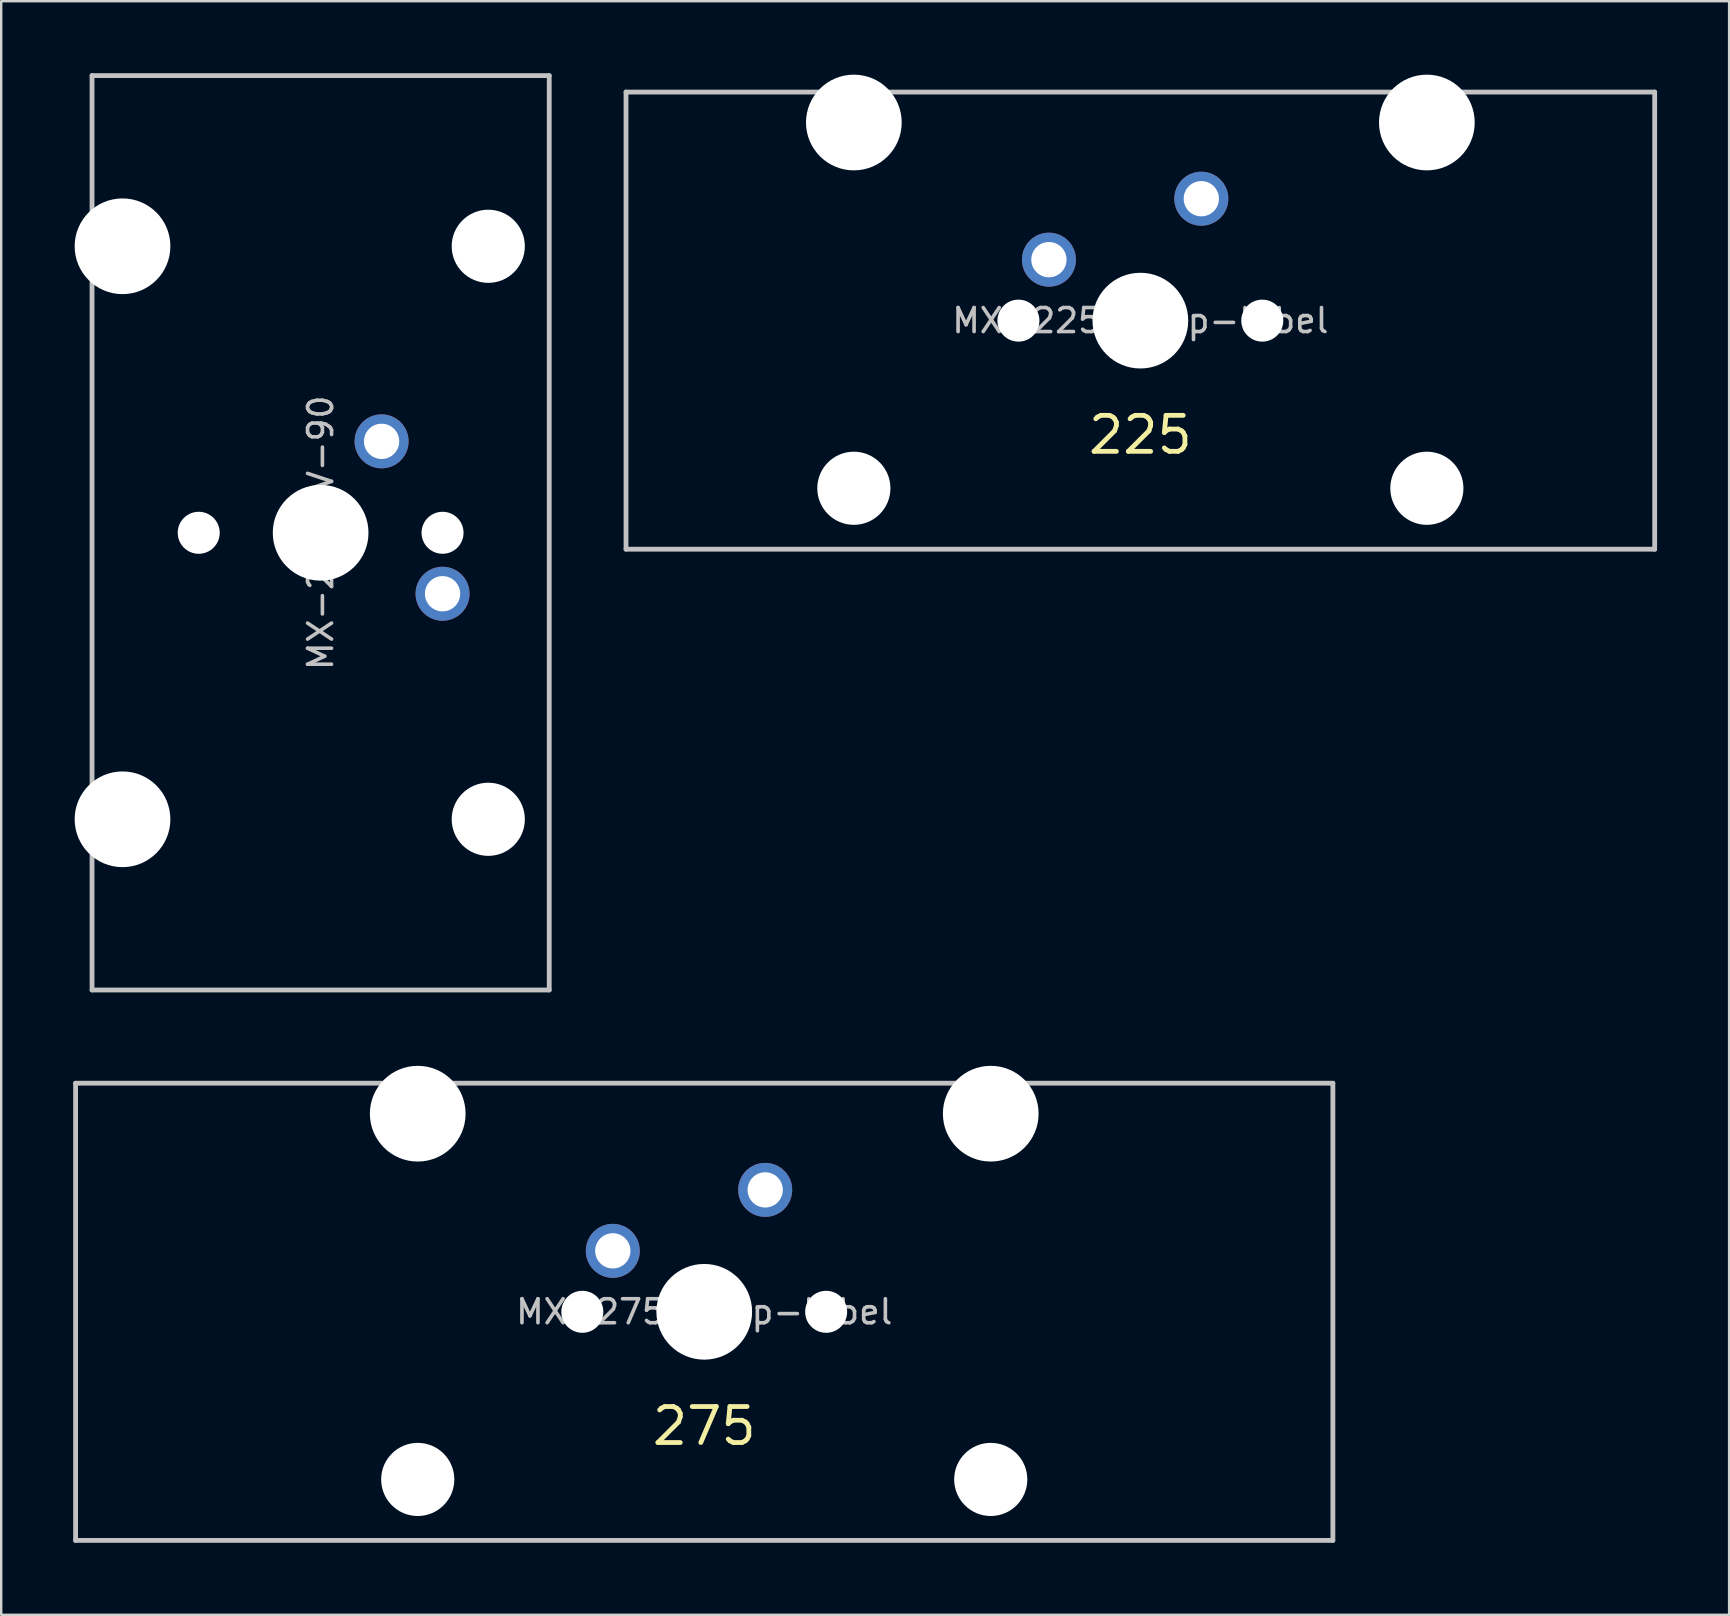
<source format=kicad_pcb>
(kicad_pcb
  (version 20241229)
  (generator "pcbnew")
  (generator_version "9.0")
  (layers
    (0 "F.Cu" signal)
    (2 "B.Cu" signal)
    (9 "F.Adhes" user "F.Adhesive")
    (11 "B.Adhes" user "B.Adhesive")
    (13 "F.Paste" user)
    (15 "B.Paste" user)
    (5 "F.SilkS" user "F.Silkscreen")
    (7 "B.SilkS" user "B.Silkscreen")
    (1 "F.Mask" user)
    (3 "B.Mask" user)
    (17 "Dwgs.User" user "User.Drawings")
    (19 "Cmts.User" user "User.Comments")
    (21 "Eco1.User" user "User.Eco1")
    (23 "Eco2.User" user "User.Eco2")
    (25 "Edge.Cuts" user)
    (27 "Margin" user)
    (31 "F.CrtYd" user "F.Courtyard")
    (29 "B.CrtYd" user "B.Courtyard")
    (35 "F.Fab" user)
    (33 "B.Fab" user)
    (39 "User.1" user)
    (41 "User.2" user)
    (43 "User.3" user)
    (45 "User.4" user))
  (footprint "MX-275-sflip-label"
    (layer "F.Cu")
    (at 26.294 51.61)
    (property "Reference" "MX-275-sflip-label" (at 0 0 0) (layer "Dwgs.User") (effects (font (size 1 1) (thickness 0.15))))
    (attr through_hole)
    (fp_line (start -26.194 -9.525) (end 26.194 -9.525) (stroke (width 0.2) (type solid)) (layer "Dwgs.User"))
    (fp_line (start -26.194 9.525) (end -26.194 -9.525) (stroke (width 0.2) (type solid)) (layer "Dwgs.User"))
    (fp_line (start -26.194 9.525) (end 26.194 9.525) (stroke (width 0.2) (type solid)) (layer "Dwgs.User"))
    (fp_line (start 26.194 -9.525) (end 26.194 9.525) (stroke (width 0.2) (type solid)) (layer "Dwgs.User"))
    (fp_line (start -15.368 -10.25) (end -15.368 8.95) (stroke (width 0.12) (type solid)) (layer "Eco1.User"))
    (fp_line (start -15.368 8.95) (end -8.508 8.95) (stroke (width 0.12) (type solid)) (layer "Eco1.User"))
    (fp_line (start -8.508 -7) (end -7 -7) (stroke (width 0.12) (type solid)) (layer "Eco1.User"))
    (fp_line (start -8.508 8.95) (end -8.508 -7) (stroke (width 0.12) (type solid)) (layer "Eco1.User"))
    (fp_line (start -7 7) (end -7 -7) (stroke (width 0.12) (type solid)) (layer "Eco1.User"))
    (fp_line (start 7 -7) (end 8.508 -7) (stroke (width 0.12) (type solid)) (layer "Eco1.User"))
    (fp_line (start 7 7) (end -7 7) (stroke (width 0.12) (type solid)) (layer "Eco1.User"))
    (fp_line (start 7 7) (end 7 -7) (stroke (width 0.12) (type solid)) (layer "Eco1.User"))
    (fp_line (start 8.508 -7) (end 8.508 8.95) (stroke (width 0.12) (type solid)) (layer "Eco1.User"))
    (fp_line (start 8.508 8.95) (end 15.368 8.95) (stroke (width 0.12) (type solid)) (layer "Eco1.User"))
    (fp_line (start 15.368 -10.25) (end -15.368 -10.25) (stroke (width 0.12) (type solid)) (layer "Eco1.User"))
    (fp_line (start 15.368 8.95) (end 15.368 -10.25) (stroke (width 0.12) (type solid)) (layer "Eco1.User"))
    (fp_circle (center -11.938 6.985) (end -14.438 6.985) (stroke (width 0.12) (type solid)) (fill no) (layer "Eco2.User"))
    (fp_circle (center 11.938 6.985) (end 9.438 6.985) (stroke (width 0.12) (type solid)) (fill no) (layer "Eco2.User"))
    (fp_text user "275" (at 0 4.763 0) (layer "F.SilkS") (effects (font (size 1.5 1.5) (thickness 0.2))))
    (pad "" np_thru_hole circle (at -11.938 -8.255 180) (size 3.988 3.988) (drill 3.988) (layers "*.Cu" "*.Mask"))
    (pad "" np_thru_hole circle (at -11.938 6.985 180) (size 3.048 3.048) (drill 3.048) (layers "*.Cu" "*.Mask"))
    (pad "" np_thru_hole circle (at -5.08 0) (size 1.75 1.75) (drill 1.75) (layers "*.Cu" "*.Mask"))
    (pad "" np_thru_hole circle (at 0 0) (size 3.988 3.988) (drill 3.988) (layers "*.Cu" "*.Mask"))
    (pad "" np_thru_hole circle (at 5.08 0) (size 1.75 1.75) (drill 1.75) (layers "*.Cu" "*.Mask"))
    (pad "" np_thru_hole circle (at 11.938 -8.255 180) (size 3.988 3.988) (drill 3.988) (layers "*.Cu" "*.Mask"))
    (pad "" np_thru_hole circle (at 11.938 6.985 180) (size 3.048 3.048) (drill 3.048) (layers "*.Cu" "*.Mask"))
    (pad "1" thru_hole circle (at 2.54 -5.08) (size 2.25 2.25) (drill 1.47) (layers "*.Cu" "B.Mask"))
    (pad "2" thru_hole circle (at -3.81 -2.54) (size 2.25 2.25) (drill 1.47) (layers "*.Cu" "B.Mask")))
  (footprint "MX-225-sflip-label"
    (layer "F.Cu")
    (at 44.466 10.31)
    (property "Reference" "MX-225-sflip-label" (at 0 0 0) (layer "Dwgs.User") (effects (font (size 1 1) (thickness 0.15))))
    (attr through_hole)
    (fp_line (start -21.431 -9.525) (end 21.431 -9.525) (stroke (width 0.2) (type solid)) (layer "Dwgs.User"))
    (fp_line (start -21.431 9.525) (end -21.431 -9.525) (stroke (width 0.2) (type solid)) (layer "Dwgs.User"))
    (fp_line (start -21.431 9.525) (end 21.431 9.525) (stroke (width 0.2) (type solid)) (layer "Dwgs.User"))
    (fp_line (start 21.431 -9.525) (end 21.431 9.525) (stroke (width 0.2) (type solid)) (layer "Dwgs.User"))
    (fp_line (start -15.368 -10.25) (end -15.368 8.95) (stroke (width 0.12) (type solid)) (layer "Eco1.User"))
    (fp_line (start -15.368 8.95) (end -8.508 8.95) (stroke (width 0.12) (type solid)) (layer "Eco1.User"))
    (fp_line (start -8.508 -7) (end -7 -7) (stroke (width 0.12) (type solid)) (layer "Eco1.User"))
    (fp_line (start -8.508 8.95) (end -8.508 -7) (stroke (width 0.12) (type solid)) (layer "Eco1.User"))
    (fp_line (start -7 7) (end -7 -7) (stroke (width 0.12) (type solid)) (layer "Eco1.User"))
    (fp_line (start 7 -7) (end 8.508 -7) (stroke (width 0.12) (type solid)) (layer "Eco1.User"))
    (fp_line (start 7 7) (end -7 7) (stroke (width 0.12) (type solid)) (layer "Eco1.User"))
    (fp_line (start 7 7) (end 7 -7) (stroke (width 0.12) (type solid)) (layer "Eco1.User"))
    (fp_line (start 8.508 -7) (end 8.508 8.95) (stroke (width 0.12) (type solid)) (layer "Eco1.User"))
    (fp_line (start 8.508 8.95) (end 15.368 8.95) (stroke (width 0.12) (type solid)) (layer "Eco1.User"))
    (fp_line (start 15.368 -10.25) (end -15.368 -10.25) (stroke (width 0.12) (type solid)) (layer "Eco1.User"))
    (fp_line (start 15.368 8.95) (end 15.368 -10.25) (stroke (width 0.12) (type solid)) (layer "Eco1.User"))
    (fp_circle (center -11.938 6.985) (end -14.438 6.985) (stroke (width 0.12) (type solid)) (fill no) (layer "Eco2.User"))
    (fp_circle (center 11.938 6.985) (end 9.438 6.985) (stroke (width 0.12) (type solid)) (fill no) (layer "Eco2.User"))
    (fp_text user "225" (at 0 4.763 0) (layer "F.SilkS") (effects (font (size 1.5 1.5) (thickness 0.2))))
    (pad "" np_thru_hole circle (at -11.938 -8.255 180) (size 3.988 3.988) (drill 3.988) (layers "*.Cu" "*.Mask"))
    (pad "" np_thru_hole circle (at -11.938 6.985 180) (size 3.048 3.048) (drill 3.048) (layers "*.Cu" "*.Mask"))
    (pad "" np_thru_hole circle (at -5.08 0) (size 1.75 1.75) (drill 1.75) (layers "*.Cu" "*.Mask"))
    (pad "" np_thru_hole circle (at 0 0) (size 3.988 3.988) (drill 3.988) (layers "*.Cu" "*.Mask"))
    (pad "" np_thru_hole circle (at 5.08 0) (size 1.75 1.75) (drill 1.75) (layers "*.Cu" "*.Mask"))
    (pad "" np_thru_hole circle (at 11.938 -8.255 180) (size 3.988 3.988) (drill 3.988) (layers "*.Cu" "*.Mask"))
    (pad "" np_thru_hole circle (at 11.938 6.985 180) (size 3.048 3.048) (drill 3.048) (layers "*.Cu" "*.Mask"))
    (pad "1" thru_hole circle (at 2.54 -5.08) (size 2.25 2.25) (drill 1.47) (layers "*.Cu" "B.Mask"))
    (pad "2" thru_hole circle (at -3.81 -2.54) (size 2.25 2.25) (drill 1.47) (layers "*.Cu" "B.Mask")))
  (footprint "MX-200-V-90"
    (layer "F.Cu")
    (at 10.31 19.15)
    (property "Reference" "MX-200-V-90" (at 0 0 270) (layer "Dwgs.User") (effects (font (size 1 1) (thickness 0.15))))
    (attr through_hole)
    (fp_line (start -9.525 -19.05) (end 9.525 -19.05) (stroke (width 0.2) (type solid)) (layer "Dwgs.User"))
    (fp_line (start -9.525 19.05) (end -9.525 -19.05) (stroke (width 0.2) (type solid)) (layer "Dwgs.User"))
    (fp_line (start 9.525 19.05) (end -9.525 19.05) (stroke (width 0.2) (type solid)) (layer "Dwgs.User"))
    (fp_line (start 9.525 19.05) (end 9.525 -19.05) (stroke (width 0.2) (type solid)) (layer "Dwgs.User"))
    (fp_line (start -10.25 -15.368) (end -10.25 15.368) (stroke (width 0.12) (type solid)) (layer "Eco1.User"))
    (fp_line (start -10.25 15.368) (end 8.95 15.368) (stroke (width 0.12) (type solid)) (layer "Eco1.User"))
    (fp_line (start -7 -8.508) (end 8.95 -8.508) (stroke (width 0.12) (type solid)) (layer "Eco1.User"))
    (fp_line (start -7 -7) (end -7 -8.508) (stroke (width 0.12) (type solid)) (layer "Eco1.User"))
    (fp_line (start -7 8.508) (end -7 7) (stroke (width 0.12) (type solid)) (layer "Eco1.User"))
    (fp_line (start 7 -7) (end -7 -7) (stroke (width 0.12) (type solid)) (layer "Eco1.User"))
    (fp_line (start 7 -7) (end 7 7) (stroke (width 0.12) (type solid)) (layer "Eco1.User"))
    (fp_line (start 7 7) (end -7 7) (stroke (width 0.12) (type solid)) (layer "Eco1.User"))
    (fp_line (start 8.95 -15.368) (end -10.25 -15.368) (stroke (width 0.12) (type solid)) (layer "Eco1.User"))
    (fp_line (start 8.95 -8.508) (end 8.95 -15.368) (stroke (width 0.12) (type solid)) (layer "Eco1.User"))
    (fp_line (start 8.95 8.508) (end -7 8.508) (stroke (width 0.12) (type solid)) (layer "Eco1.User"))
    (fp_line (start 8.95 15.368) (end 8.95 8.508) (stroke (width 0.12) (type solid)) (layer "Eco1.User"))
    (fp_circle (center 6.985 -11.938) (end 6.985 -9.438) (stroke (width 0.12) (type solid)) (fill no) (layer "Eco2.User"))
    (fp_circle (center 6.985 11.938) (end 6.985 14.438) (stroke (width 0.12) (type solid)) (fill no) (layer "Eco2.User"))
    (pad "" np_thru_hole circle (at -8.255 -11.938 270) (size 3.988 3.988) (drill 3.988) (layers "*.Cu" "*.Mask"))
    (pad "" np_thru_hole circle (at -8.255 11.938 270) (size 3.988 3.988) (drill 3.988) (layers "*.Cu" "*.Mask"))
    (pad "" np_thru_hole circle (at -5.08 0) (size 1.75 1.75) (drill 1.75) (layers "*.Cu" "*.Mask"))
    (pad "" np_thru_hole circle (at 0 0) (size 3.988 3.988) (drill 3.988) (layers "*.Cu" "*.Mask"))
    (pad "" np_thru_hole circle (at 5.08 0) (size 1.75 1.75) (drill 1.75) (layers "*.Cu" "*.Mask"))
    (pad "" np_thru_hole circle (at 6.985 -11.938 270) (size 3.048 3.048) (drill 3.048) (layers "*.Cu" "*.Mask"))
    (pad "" np_thru_hole circle (at 6.985 11.938 270) (size 3.048 3.048) (drill 3.048) (layers "*.Cu" "*.Mask"))
    (pad "1" thru_hole circle (at 5.08 2.54 270) (size 2.25 2.25) (drill 1.47) (layers "*.Cu" "B.Mask"))
    (pad "2" thru_hole circle (at 2.54 -3.81 270) (size 2.25 2.25) (drill 1.47) (layers "*.Cu" "B.Mask")))
  (gr_rect
    (start -3 -3)
    (end 68.998 64.235)
    (stroke (width 0.1) (type default))
    (fill no)
    (layer "Edge.Cuts")))
</source>
